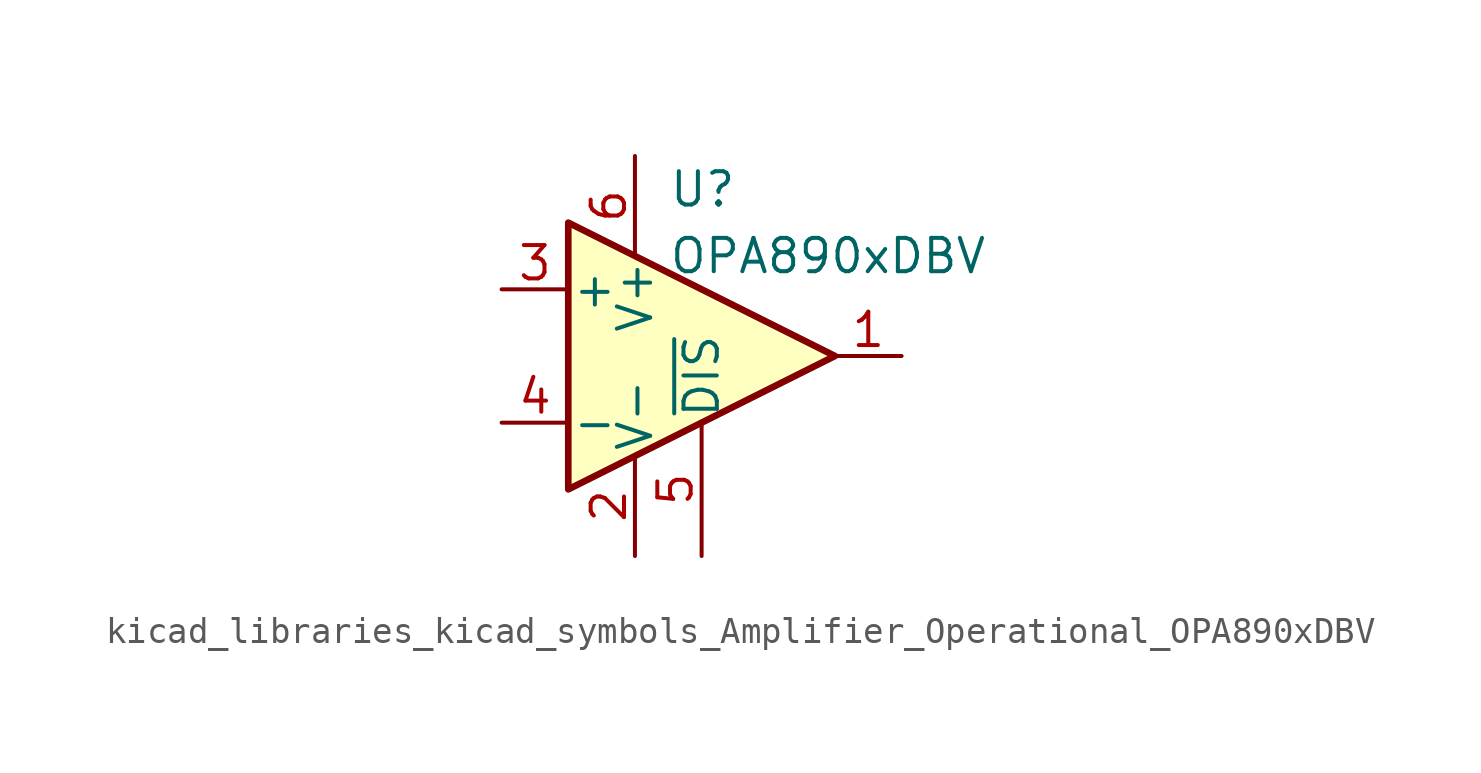
<source format=kicad_sym>
(kicad_symbol_lib
  (version 20220914)
  (generator kicad_symbol_editor)
  (symbol "kicad_libraries_kicad_symbols_Amplifier_Operational_OPA890xDBV"
    (pin_names
      (offset 0.127))
    (property "Reference" "U"
      (at -1.27 6.35 0)
      (effects (font (size 1.27 1.27)) (justify left)))
    (property "Value" "OPA890xDBV"
      (at -1.27 3.81 0)
      (effects (font (size 1.27 1.27)) (justify left)))
    (symbol "kicad_libraries_kicad_symbols_Amplifier_Operational_OPA890xDBV_0_1"
      (polyline (pts (xy -5.08 5.08) (xy 5.08 0) (xy -5.08 -5.08) (xy -5.08 5.08)) (stroke (width 0.254) (type default)) (fill (type background)))
      (pin power_in line (at -2.54 -7.62 90) (length 3.81) (name "V-" (effects (font (size 1.27 1.27)))) (number "2" (effects (font (size 1.27 1.27)))))
      (pin power_in line (at -2.54 7.62 270) (length 3.81) (name "V+" (effects (font (size 1.27 1.27)))) (number "6" (effects (font (size 1.27 1.27))))))
    (symbol "kicad_libraries_kicad_symbols_Amplifier_Operational_OPA890xDBV_1_1"
      (pin output line (at 7.62 0 180) (length 2.54) (name "~" (effects (font (size 1.27 1.27)))) (number "1" (effects (font (size 1.27 1.27)))))
      (pin input line (at -7.62 2.54 0) (length 2.54) (name "+" (effects (font (size 1.27 1.27)))) (number "3" (effects (font (size 1.27 1.27)))))
      (pin input line (at -7.62 -2.54 0) (length 2.54) (name "-" (effects (font (size 1.27 1.27)))) (number "4" (effects (font (size 1.27 1.27)))))
      (pin input line (at 0 -7.62 90) (length 5.08) (name "~{DIS}" (effects (font (size 1.27 1.27)))) (number "5" (effects (font (size 1.27 1.27))))))))
</source>
